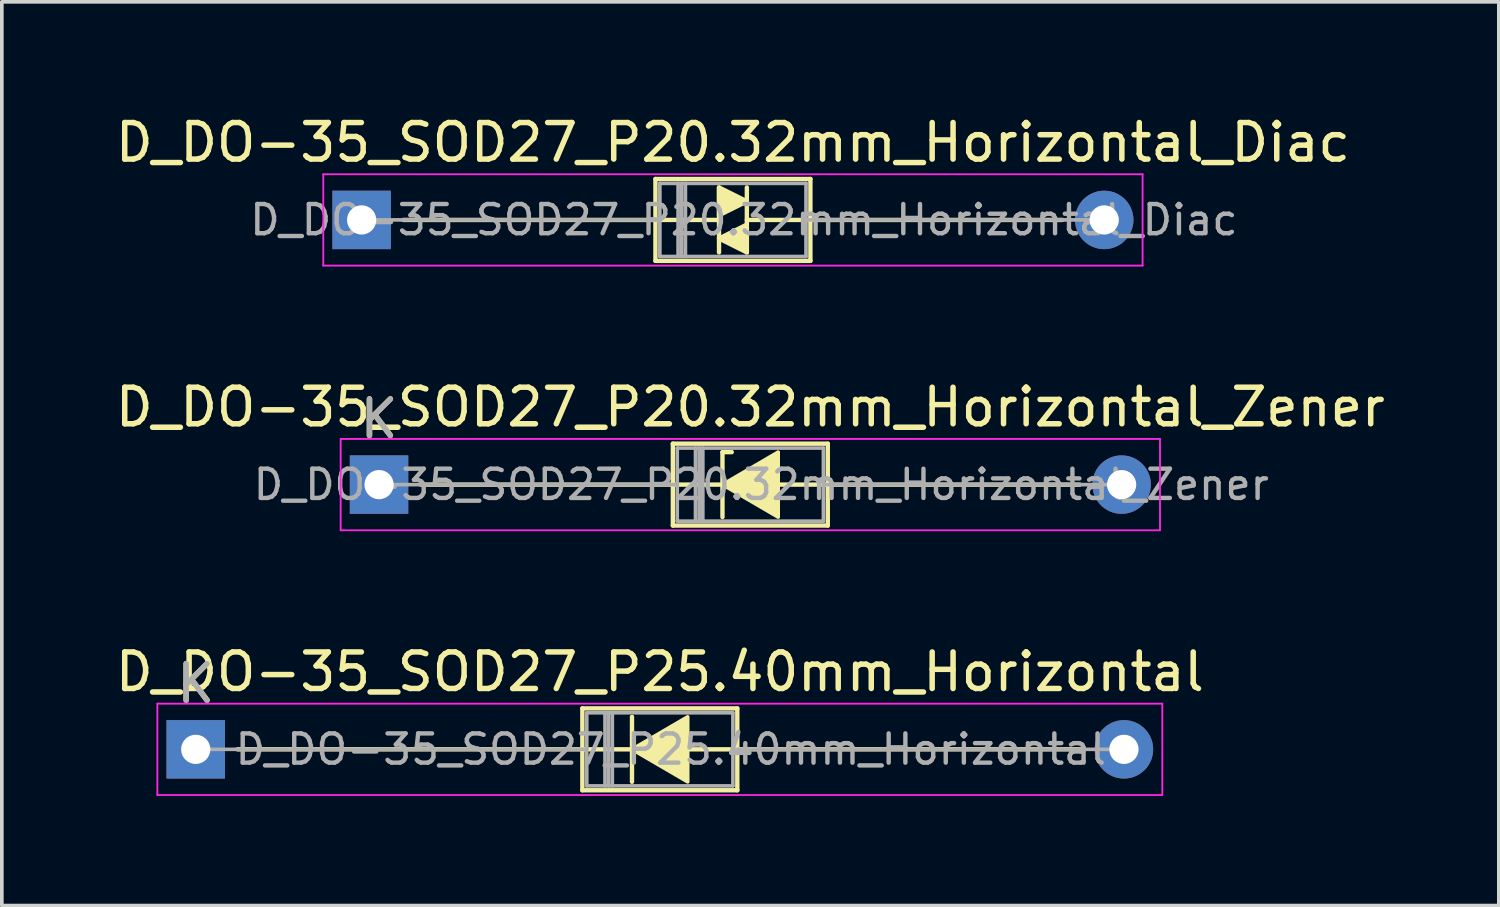
<source format=kicad_pcb>
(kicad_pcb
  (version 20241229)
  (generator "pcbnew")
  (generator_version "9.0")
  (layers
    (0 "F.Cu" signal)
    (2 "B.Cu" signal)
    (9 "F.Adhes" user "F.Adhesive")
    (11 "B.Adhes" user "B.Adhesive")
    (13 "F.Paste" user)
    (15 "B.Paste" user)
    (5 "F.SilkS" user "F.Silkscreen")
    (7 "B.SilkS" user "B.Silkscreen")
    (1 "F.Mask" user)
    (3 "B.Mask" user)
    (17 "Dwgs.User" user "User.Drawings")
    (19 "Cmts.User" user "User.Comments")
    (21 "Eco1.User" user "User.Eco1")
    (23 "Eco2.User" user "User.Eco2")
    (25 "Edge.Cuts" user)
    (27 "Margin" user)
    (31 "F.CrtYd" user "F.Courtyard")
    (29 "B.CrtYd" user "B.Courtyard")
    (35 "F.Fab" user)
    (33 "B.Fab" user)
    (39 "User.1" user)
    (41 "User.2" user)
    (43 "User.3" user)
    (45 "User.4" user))
  (footprint "D_DO-35_SOD27_P20.32mm_Horizontal_Zener"
    (layer "F.Cu")
    (at 7.322 10.211)
    (property "Reference" "D_DO-35_SOD27_P20.32mm_Horizontal_Zener" (at 10.16 -2.12 0) (layer "F.SilkS") (effects (font (size 1 1) (thickness 0.15))))
    (attr through_hole)
    (fp_line (start 1.143 0) (end 8.04 0) (stroke (width 0.12) (type solid)) (layer "F.SilkS"))
    (fp_line (start 8.04 -1.12) (end 8.04 1.12) (stroke (width 0.12) (type solid)) (layer "F.SilkS"))
    (fp_line (start 8.04 0) (end 9.779 0) (stroke (width 0.12) (type solid)) (layer "F.SilkS"))
    (fp_line (start 8.04 1.12) (end 12.28 1.12) (stroke (width 0.12) (type solid)) (layer "F.SilkS"))
    (fp_line (start 9.398 -0.889) (end 9.398 0.889) (stroke (width 0.12) (type solid)) (layer "F.SilkS"))
    (fp_line (start 9.398 -0.889) (end 9.652 -0.889) (stroke (width 0.12) (type solid)) (layer "F.SilkS"))
    (fp_line (start 12.28 -1.12) (end 8.04 -1.12) (stroke (width 0.12) (type solid)) (layer "F.SilkS"))
    (fp_line (start 12.28 0) (end 10.922 0) (stroke (width 0.12) (type solid)) (layer "F.SilkS"))
    (fp_line (start 12.28 1.12) (end 12.28 -1.12) (stroke (width 0.12) (type solid)) (layer "F.SilkS"))
    (fp_line (start 19.177 0) (end 12.28 0) (stroke (width 0.12) (type solid)) (layer "F.SilkS"))
    (fp_poly (pts (xy 10.922 0.889) (xy 9.398 0) (xy 10.922 -0.889)) (stroke (width 0.1) (type solid)) (fill yes) (layer "F.SilkS"))
    (fp_line (start -1.05 -1.25) (end -1.05 1.25) (stroke (width 0.05) (type solid)) (layer "F.CrtYd"))
    (fp_line (start -1.05 1.25) (end 21.37 1.25) (stroke (width 0.05) (type solid)) (layer "F.CrtYd"))
    (fp_line (start 21.37 -1.25) (end -1.05 -1.25) (stroke (width 0.05) (type solid)) (layer "F.CrtYd"))
    (fp_line (start 21.37 1.25) (end 21.37 -1.25) (stroke (width 0.05) (type solid)) (layer "F.CrtYd"))
    (fp_line (start 0 0) (end 8.16 0) (stroke (width 0.1) (type solid)) (layer "F.Fab"))
    (fp_line (start 8.16 -1) (end 8.16 1) (stroke (width 0.1) (type solid)) (layer "F.Fab"))
    (fp_line (start 8.16 1) (end 12.16 1) (stroke (width 0.1) (type solid)) (layer "F.Fab"))
    (fp_line (start 8.66 -1) (end 8.66 1) (stroke (width 0.1) (type solid)) (layer "F.Fab"))
    (fp_line (start 8.76 -1) (end 8.76 1) (stroke (width 0.1) (type solid)) (layer "F.Fab"))
    (fp_line (start 8.86 -1) (end 8.86 1) (stroke (width 0.1) (type solid)) (layer "F.Fab"))
    (fp_line (start 12.16 -1) (end 8.16 -1) (stroke (width 0.1) (type solid)) (layer "F.Fab"))
    (fp_line (start 12.16 1) (end 12.16 -1) (stroke (width 0.1) (type solid)) (layer "F.Fab"))
    (fp_line (start 20.32 0) (end 12.16 0) (stroke (width 0.1) (type solid)) (layer "F.Fab"))
    (fp_text user "K" (at 0 -1.8 0) (layer "F.SilkS") (effects (font (size 1 1) (thickness 0.15))))
    (fp_text user "K" (at 0 -1.8 0) (layer "F.Fab") (effects (font (size 1 1) (thickness 0.15))))
    (fp_text user "${REFERENCE}" (at 10.46 0 0) (layer "F.Fab") (effects (font (size 0.8 0.8) (thickness 0.12))))
    (pad "1" thru_hole rect (at 0 0) (size 1.6 1.6) (drill 0.8) (layers "*.Cu" "*.Mask"))
    (pad "2" thru_hole oval (at 20.32 0) (size 1.6 1.6) (drill 0.8) (layers "*.Cu" "*.Mask")))
  (footprint "D_DO-35_SOD27_P25.40mm_Horizontal"
    (layer "F.Cu")
    (at 2.306 17.455)
    (property "Reference" "D_DO-35_SOD27_P25.40mm_Horizontal" (at 12.7 -2.12 0) (layer "F.SilkS") (effects (font (size 1 1) (thickness 0.15))))
    (attr through_hole)
    (fp_line (start 1.143 0) (end 10.58 0) (stroke (width 0.12) (type solid)) (layer "F.SilkS"))
    (fp_line (start 10.58 -1.12) (end 10.58 1.12) (stroke (width 0.12) (type solid)) (layer "F.SilkS"))
    (fp_line (start 10.58 0) (end 12.192 0) (stroke (width 0.12) (type solid)) (layer "F.SilkS"))
    (fp_line (start 10.58 1.12) (end 14.82 1.12) (stroke (width 0.12) (type solid)) (layer "F.SilkS"))
    (fp_line (start 11.938 -0.889) (end 11.938 0.889) (stroke (width 0.12) (type solid)) (layer "F.SilkS"))
    (fp_line (start 14.82 -1.12) (end 10.58 -1.12) (stroke (width 0.12) (type solid)) (layer "F.SilkS"))
    (fp_line (start 14.82 0) (end 13.462 0) (stroke (width 0.12) (type solid)) (layer "F.SilkS"))
    (fp_line (start 14.82 1.12) (end 14.82 -1.12) (stroke (width 0.12) (type solid)) (layer "F.SilkS"))
    (fp_line (start 24.257 0) (end 14.82 0) (stroke (width 0.12) (type solid)) (layer "F.SilkS"))
    (fp_poly (pts (xy 13.462 0.889) (xy 11.938 0) (xy 13.462 -0.889)) (stroke (width 0.1) (type solid)) (fill yes) (layer "F.SilkS"))
    (fp_line (start -1.05 -1.25) (end -1.05 1.25) (stroke (width 0.05) (type solid)) (layer "F.CrtYd"))
    (fp_line (start -1.05 1.25) (end 26.45 1.25) (stroke (width 0.05) (type solid)) (layer "F.CrtYd"))
    (fp_line (start 26.45 -1.25) (end -1.05 -1.25) (stroke (width 0.05) (type solid)) (layer "F.CrtYd"))
    (fp_line (start 26.45 1.25) (end 26.45 -1.25) (stroke (width 0.05) (type solid)) (layer "F.CrtYd"))
    (fp_line (start 0 0) (end 10.7 0) (stroke (width 0.1) (type solid)) (layer "F.Fab"))
    (fp_line (start 10.7 -1) (end 10.7 1) (stroke (width 0.1) (type solid)) (layer "F.Fab"))
    (fp_line (start 10.7 1) (end 14.7 1) (stroke (width 0.1) (type solid)) (layer "F.Fab"))
    (fp_line (start 11.2 -1) (end 11.2 1) (stroke (width 0.1) (type solid)) (layer "F.Fab"))
    (fp_line (start 11.3 -1) (end 11.3 1) (stroke (width 0.1) (type solid)) (layer "F.Fab"))
    (fp_line (start 11.4 -1) (end 11.4 1) (stroke (width 0.1) (type solid)) (layer "F.Fab"))
    (fp_line (start 14.7 -1) (end 10.7 -1) (stroke (width 0.1) (type solid)) (layer "F.Fab"))
    (fp_line (start 14.7 1) (end 14.7 -1) (stroke (width 0.1) (type solid)) (layer "F.Fab"))
    (fp_line (start 25.4 0) (end 14.7 0) (stroke (width 0.1) (type solid)) (layer "F.Fab"))
    (fp_text user "K" (at 0 -1.8 0) (layer "F.SilkS") (effects (font (size 1 1) (thickness 0.15))))
    (fp_text user "${REFERENCE}" (at 13 0 0) (layer "F.Fab") (effects (font (size 0.8 0.8) (thickness 0.12))))
    (fp_text user "K" (at 0 -1.8 0) (layer "F.Fab") (effects (font (size 1 1) (thickness 0.15))))
    (pad "1" thru_hole rect (at 0 0) (size 1.6 1.6) (drill 0.8) (layers "*.Cu" "*.Mask"))
    (pad "2" thru_hole oval (at 25.4 0) (size 1.6 1.6) (drill 0.8) (layers "*.Cu" "*.Mask")))
  (footprint "D_DO-35_SOD27_P20.32mm_Horizontal_Diac"
    (layer "F.Cu")
    (at 6.846 2.968)
    (property "Reference" "D_DO-35_SOD27_P20.32mm_Horizontal_Diac" (at 10.16 -2.12 0) (layer "F.SilkS") (effects (font (size 1 1) (thickness 0.15))))
    (fp_line (start 1.143 0) (end 8.04 0) (stroke (width 0.12) (type solid)) (layer "F.SilkS"))
    (fp_line (start 8.001 0) (end 9.779 0) (stroke (width 0.12) (type solid)) (layer "F.SilkS"))
    (fp_line (start 8.04 -1.12) (end 8.04 1.12) (stroke (width 0.12) (type solid)) (layer "F.SilkS"))
    (fp_line (start 8.04 1.12) (end 12.28 1.12) (stroke (width 0.12) (type solid)) (layer "F.SilkS"))
    (fp_line (start 9.779 -0.889) (end 9.779 0.889) (stroke (width 0.12) (type solid)) (layer "F.SilkS"))
    (fp_line (start 10.541 -0.889) (end 10.541 0.889) (stroke (width 0.12) (type solid)) (layer "F.SilkS"))
    (fp_line (start 12.28 -1.12) (end 8.04 -1.12) (stroke (width 0.12) (type solid)) (layer "F.SilkS"))
    (fp_line (start 12.28 0) (end 10.541 0) (stroke (width 0.12) (type solid)) (layer "F.SilkS"))
    (fp_line (start 12.28 1.12) (end 12.28 -1.12) (stroke (width 0.12) (type solid)) (layer "F.SilkS"))
    (fp_line (start 19.177 0) (end 12.28 0) (stroke (width 0.12) (type solid)) (layer "F.SilkS"))
    (fp_poly (pts (xy 10.541 -0.508) (xy 9.779 -0.127) (xy 9.779 -0.889)) (stroke (width 0.12) (type solid)) (fill yes) (layer "F.SilkS"))
    (fp_poly (pts (xy 10.541 0.889) (xy 9.779 0.508) (xy 10.541 0.127)) (stroke (width 0.12) (type solid)) (fill yes) (layer "F.SilkS"))
    (fp_line (start -1.05 -1.25) (end -1.05 1.25) (stroke (width 0.05) (type solid)) (layer "F.CrtYd"))
    (fp_line (start -1.05 1.25) (end 21.37 1.25) (stroke (width 0.05) (type solid)) (layer "F.CrtYd"))
    (fp_line (start 21.37 -1.25) (end -1.05 -1.25) (stroke (width 0.05) (type solid)) (layer "F.CrtYd"))
    (fp_line (start 21.37 1.25) (end 21.37 -1.25) (stroke (width 0.05) (type solid)) (layer "F.CrtYd"))
    (fp_line (start 0 0) (end 8.16 0) (stroke (width 0.1) (type solid)) (layer "F.Fab"))
    (fp_line (start 8.16 -1) (end 8.16 1) (stroke (width 0.1) (type solid)) (layer "F.Fab"))
    (fp_line (start 8.16 1) (end 12.16 1) (stroke (width 0.1) (type solid)) (layer "F.Fab"))
    (fp_line (start 8.66 -1) (end 8.66 1) (stroke (width 0.1) (type solid)) (layer "F.Fab"))
    (fp_line (start 8.76 -1) (end 8.76 1) (stroke (width 0.1) (type solid)) (layer "F.Fab"))
    (fp_line (start 8.86 -1) (end 8.86 1) (stroke (width 0.1) (type solid)) (layer "F.Fab"))
    (fp_line (start 12.16 -1) (end 8.16 -1) (stroke (width 0.1) (type solid)) (layer "F.Fab"))
    (fp_line (start 12.16 1) (end 12.16 -1) (stroke (width 0.1) (type solid)) (layer "F.Fab"))
    (fp_line (start 20.32 0) (end 12.16 0) (stroke (width 0.1) (type solid)) (layer "F.Fab"))
    (fp_text user "${REFERENCE}" (at 10.46 0 0) (layer "F.Fab") (effects (font (size 0.8 0.8) (thickness 0.12))))
    (pad "1" thru_hole rect (at 0 0) (size 1.6 1.6) (drill 0.8) (layers "*.Cu" "*.Mask"))
    (pad "2" thru_hole oval (at 20.32 0) (size 1.6 1.6) (drill 0.8) (layers "*.Cu" "*.Mask")))
  (gr_rect
    (start -3 -3)
    (end 37.964 21.73)
    (stroke (width 0.1) (type default))
    (fill no)
    (layer "Edge.Cuts")))
</source>
